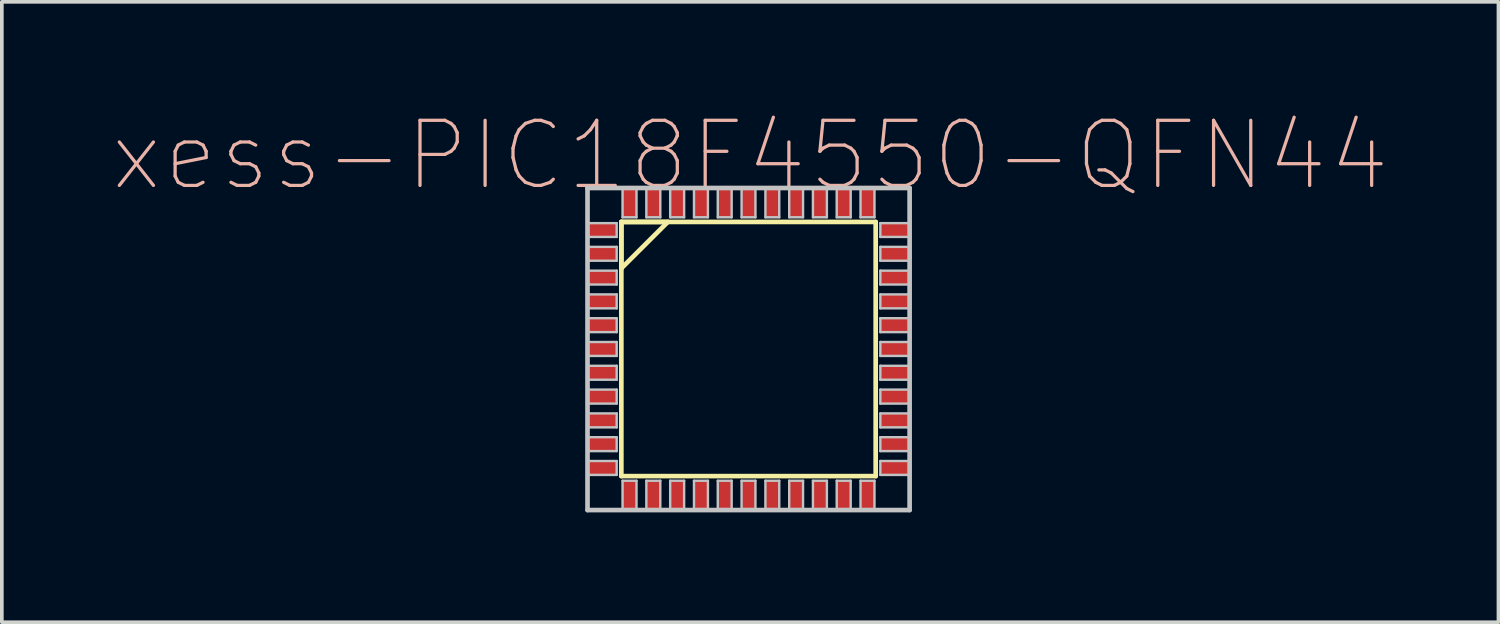
<source format=kicad_pcb>
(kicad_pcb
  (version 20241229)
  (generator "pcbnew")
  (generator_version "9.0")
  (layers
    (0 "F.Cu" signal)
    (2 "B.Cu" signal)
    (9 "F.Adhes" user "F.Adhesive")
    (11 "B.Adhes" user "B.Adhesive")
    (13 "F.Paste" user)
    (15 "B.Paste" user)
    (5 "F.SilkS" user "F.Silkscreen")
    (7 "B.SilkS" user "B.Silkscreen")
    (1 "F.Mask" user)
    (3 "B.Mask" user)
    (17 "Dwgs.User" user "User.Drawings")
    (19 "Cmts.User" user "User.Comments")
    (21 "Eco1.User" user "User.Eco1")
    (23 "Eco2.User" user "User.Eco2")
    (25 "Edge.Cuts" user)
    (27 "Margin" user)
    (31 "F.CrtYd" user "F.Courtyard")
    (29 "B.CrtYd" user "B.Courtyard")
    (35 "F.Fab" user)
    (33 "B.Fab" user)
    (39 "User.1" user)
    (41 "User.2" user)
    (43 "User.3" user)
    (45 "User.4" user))
  (footprint "xess-PIC18F4550-QFN44"
    (layer "F.Cu")
    (at 13.596 3.233)
    (property "Reference" "xess-PIC18F4550-QFN44" (at 3.843 -2.037 0) (layer "B.SilkS") (effects (font (size 1.778 1.778) (thickness 0.089))))
    (attr smd)
    (fp_line (start 0.325 -0.221) (end 0.325 1.046) (stroke (width 0.127) (type solid)) (layer "F.SilkS"))
    (fp_line (start 0.325 -0.221) (end 0.325 6.721) (stroke (width 0.127) (type solid)) (layer "F.SilkS"))
    (fp_line (start 0.325 1.046) (end 1.595 -0.221) (stroke (width 0.127) (type solid)) (layer "F.SilkS"))
    (fp_line (start 0.325 6.721) (end 7.272 6.721) (stroke (width 0.127) (type solid)) (layer "F.SilkS"))
    (fp_line (start 1.595 -0.221) (end 0.325 -0.221) (stroke (width 0.127) (type solid)) (layer "F.SilkS"))
    (fp_line (start 7.272 -0.221) (end 0.325 -0.221) (stroke (width 0.127) (type solid)) (layer "F.SilkS"))
    (fp_line (start 7.272 6.721) (end 7.272 -0.221) (stroke (width 0.127) (type solid)) (layer "F.SilkS"))
    (fp_line (start -0.599 -1.148) (end -0.599 7.648) (stroke (width 0.127) (type solid)) (layer "Dwgs.User"))
    (fp_line (start -0.599 -0.188) (end 0.198 -0.188) (stroke (width 0.066) (type solid)) (layer "Dwgs.User"))
    (fp_line (start -0.599 0.188) (end -0.599 -0.188) (stroke (width 0.066) (type solid)) (layer "Dwgs.User"))
    (fp_line (start -0.599 0.188) (end 0.198 0.188) (stroke (width 0.066) (type solid)) (layer "Dwgs.User"))
    (fp_line (start -0.599 0.46) (end 0.198 0.46) (stroke (width 0.066) (type solid)) (layer "Dwgs.User"))
    (fp_line (start -0.599 0.838) (end -0.599 0.46) (stroke (width 0.066) (type solid)) (layer "Dwgs.User"))
    (fp_line (start -0.599 0.838) (end 0.198 0.838) (stroke (width 0.066) (type solid)) (layer "Dwgs.User"))
    (fp_line (start -0.599 1.11) (end 0.198 1.11) (stroke (width 0.066) (type solid)) (layer "Dwgs.User"))
    (fp_line (start -0.599 1.488) (end -0.599 1.11) (stroke (width 0.066) (type solid)) (layer "Dwgs.User"))
    (fp_line (start -0.599 1.488) (end 0.198 1.488) (stroke (width 0.066) (type solid)) (layer "Dwgs.User"))
    (fp_line (start -0.599 1.758) (end 0.198 1.758) (stroke (width 0.066) (type solid)) (layer "Dwgs.User"))
    (fp_line (start -0.599 2.139) (end -0.599 1.758) (stroke (width 0.066) (type solid)) (layer "Dwgs.User"))
    (fp_line (start -0.599 2.139) (end 0.198 2.139) (stroke (width 0.066) (type solid)) (layer "Dwgs.User"))
    (fp_line (start -0.599 2.408) (end 0.198 2.408) (stroke (width 0.066) (type solid)) (layer "Dwgs.User"))
    (fp_line (start -0.599 2.789) (end -0.599 2.408) (stroke (width 0.066) (type solid)) (layer "Dwgs.User"))
    (fp_line (start -0.599 2.789) (end 0.198 2.789) (stroke (width 0.066) (type solid)) (layer "Dwgs.User"))
    (fp_line (start -0.599 3.058) (end 0.198 3.058) (stroke (width 0.066) (type solid)) (layer "Dwgs.User"))
    (fp_line (start -0.599 3.439) (end -0.599 3.058) (stroke (width 0.066) (type solid)) (layer "Dwgs.User"))
    (fp_line (start -0.599 3.439) (end 0.198 3.439) (stroke (width 0.066) (type solid)) (layer "Dwgs.User"))
    (fp_line (start -0.599 3.708) (end 0.198 3.708) (stroke (width 0.066) (type solid)) (layer "Dwgs.User"))
    (fp_line (start -0.599 4.089) (end -0.599 3.708) (stroke (width 0.066) (type solid)) (layer "Dwgs.User"))
    (fp_line (start -0.599 4.089) (end 0.198 4.089) (stroke (width 0.066) (type solid)) (layer "Dwgs.User"))
    (fp_line (start -0.599 4.359) (end 0.198 4.359) (stroke (width 0.066) (type solid)) (layer "Dwgs.User"))
    (fp_line (start -0.599 4.74) (end -0.599 4.359) (stroke (width 0.066) (type solid)) (layer "Dwgs.User"))
    (fp_line (start -0.599 4.74) (end 0.198 4.74) (stroke (width 0.066) (type solid)) (layer "Dwgs.User"))
    (fp_line (start -0.599 5.009) (end 0.198 5.009) (stroke (width 0.066) (type solid)) (layer "Dwgs.User"))
    (fp_line (start -0.599 5.39) (end -0.599 5.009) (stroke (width 0.066) (type solid)) (layer "Dwgs.User"))
    (fp_line (start -0.599 5.39) (end 0.198 5.39) (stroke (width 0.066) (type solid)) (layer "Dwgs.User"))
    (fp_line (start -0.599 5.659) (end 0.198 5.659) (stroke (width 0.066) (type solid)) (layer "Dwgs.User"))
    (fp_line (start -0.599 6.038) (end -0.599 5.659) (stroke (width 0.066) (type solid)) (layer "Dwgs.User"))
    (fp_line (start -0.599 6.038) (end 0.198 6.038) (stroke (width 0.066) (type solid)) (layer "Dwgs.User"))
    (fp_line (start -0.599 6.309) (end 0.198 6.309) (stroke (width 0.066) (type solid)) (layer "Dwgs.User"))
    (fp_line (start -0.599 6.688) (end -0.599 6.309) (stroke (width 0.066) (type solid)) (layer "Dwgs.User"))
    (fp_line (start -0.599 6.688) (end 0.198 6.688) (stroke (width 0.066) (type solid)) (layer "Dwgs.User"))
    (fp_line (start -0.599 7.648) (end 8.199 7.648) (stroke (width 0.127) (type solid)) (layer "Dwgs.User"))
    (fp_line (start 0.198 0.188) (end 0.198 -0.188) (stroke (width 0.066) (type solid)) (layer "Dwgs.User"))
    (fp_line (start 0.198 0.838) (end 0.198 0.46) (stroke (width 0.066) (type solid)) (layer "Dwgs.User"))
    (fp_line (start 0.198 1.488) (end 0.198 1.11) (stroke (width 0.066) (type solid)) (layer "Dwgs.User"))
    (fp_line (start 0.198 2.139) (end 0.198 1.758) (stroke (width 0.066) (type solid)) (layer "Dwgs.User"))
    (fp_line (start 0.198 2.789) (end 0.198 2.408) (stroke (width 0.066) (type solid)) (layer "Dwgs.User"))
    (fp_line (start 0.198 3.439) (end 0.198 3.058) (stroke (width 0.066) (type solid)) (layer "Dwgs.User"))
    (fp_line (start 0.198 4.089) (end 0.198 3.708) (stroke (width 0.066) (type solid)) (layer "Dwgs.User"))
    (fp_line (start 0.198 4.74) (end 0.198 4.359) (stroke (width 0.066) (type solid)) (layer "Dwgs.User"))
    (fp_line (start 0.198 5.39) (end 0.198 5.009) (stroke (width 0.066) (type solid)) (layer "Dwgs.User"))
    (fp_line (start 0.198 6.038) (end 0.198 5.659) (stroke (width 0.066) (type solid)) (layer "Dwgs.User"))
    (fp_line (start 0.198 6.688) (end 0.198 6.309) (stroke (width 0.066) (type solid)) (layer "Dwgs.User"))
    (fp_line (start 0.358 -1.148) (end 0.739 -1.148) (stroke (width 0.066) (type solid)) (layer "Dwgs.User"))
    (fp_line (start 0.358 -0.348) (end 0.358 -1.148) (stroke (width 0.066) (type solid)) (layer "Dwgs.User"))
    (fp_line (start 0.358 -0.348) (end 0.739 -0.348) (stroke (width 0.066) (type solid)) (layer "Dwgs.User"))
    (fp_line (start 0.358 6.848) (end 0.739 6.848) (stroke (width 0.066) (type solid)) (layer "Dwgs.User"))
    (fp_line (start 0.358 7.648) (end 0.358 6.848) (stroke (width 0.066) (type solid)) (layer "Dwgs.User"))
    (fp_line (start 0.358 7.648) (end 0.739 7.648) (stroke (width 0.066) (type solid)) (layer "Dwgs.User"))
    (fp_line (start 0.739 -0.348) (end 0.739 -1.148) (stroke (width 0.066) (type solid)) (layer "Dwgs.User"))
    (fp_line (start 0.739 7.648) (end 0.739 6.848) (stroke (width 0.066) (type solid)) (layer "Dwgs.User"))
    (fp_line (start 1.008 -1.148) (end 1.389 -1.148) (stroke (width 0.066) (type solid)) (layer "Dwgs.User"))
    (fp_line (start 1.008 -0.348) (end 1.008 -1.148) (stroke (width 0.066) (type solid)) (layer "Dwgs.User"))
    (fp_line (start 1.008 -0.348) (end 1.389 -0.348) (stroke (width 0.066) (type solid)) (layer "Dwgs.User"))
    (fp_line (start 1.008 6.848) (end 1.389 6.848) (stroke (width 0.066) (type solid)) (layer "Dwgs.User"))
    (fp_line (start 1.008 7.648) (end 1.008 6.848) (stroke (width 0.066) (type solid)) (layer "Dwgs.User"))
    (fp_line (start 1.008 7.648) (end 1.389 7.648) (stroke (width 0.066) (type solid)) (layer "Dwgs.User"))
    (fp_line (start 1.389 -0.348) (end 1.389 -1.148) (stroke (width 0.066) (type solid)) (layer "Dwgs.User"))
    (fp_line (start 1.389 7.648) (end 1.389 6.848) (stroke (width 0.066) (type solid)) (layer "Dwgs.User"))
    (fp_line (start 1.659 -1.148) (end 2.04 -1.148) (stroke (width 0.066) (type solid)) (layer "Dwgs.User"))
    (fp_line (start 1.659 -0.348) (end 1.659 -1.148) (stroke (width 0.066) (type solid)) (layer "Dwgs.User"))
    (fp_line (start 1.659 -0.348) (end 2.04 -0.348) (stroke (width 0.066) (type solid)) (layer "Dwgs.User"))
    (fp_line (start 1.659 6.848) (end 2.04 6.848) (stroke (width 0.066) (type solid)) (layer "Dwgs.User"))
    (fp_line (start 1.659 7.648) (end 1.659 6.848) (stroke (width 0.066) (type solid)) (layer "Dwgs.User"))
    (fp_line (start 1.659 7.648) (end 2.04 7.648) (stroke (width 0.066) (type solid)) (layer "Dwgs.User"))
    (fp_line (start 2.04 -0.348) (end 2.04 -1.148) (stroke (width 0.066) (type solid)) (layer "Dwgs.User"))
    (fp_line (start 2.04 7.648) (end 2.04 6.848) (stroke (width 0.066) (type solid)) (layer "Dwgs.User"))
    (fp_line (start 2.309 -1.148) (end 2.69 -1.148) (stroke (width 0.066) (type solid)) (layer "Dwgs.User"))
    (fp_line (start 2.309 -0.348) (end 2.309 -1.148) (stroke (width 0.066) (type solid)) (layer "Dwgs.User"))
    (fp_line (start 2.309 -0.348) (end 2.69 -0.348) (stroke (width 0.066) (type solid)) (layer "Dwgs.User"))
    (fp_line (start 2.309 6.848) (end 2.69 6.848) (stroke (width 0.066) (type solid)) (layer "Dwgs.User"))
    (fp_line (start 2.309 7.648) (end 2.309 6.848) (stroke (width 0.066) (type solid)) (layer "Dwgs.User"))
    (fp_line (start 2.309 7.648) (end 2.69 7.648) (stroke (width 0.066) (type solid)) (layer "Dwgs.User"))
    (fp_line (start 2.69 -0.348) (end 2.69 -1.148) (stroke (width 0.066) (type solid)) (layer "Dwgs.User"))
    (fp_line (start 2.69 7.648) (end 2.69 6.848) (stroke (width 0.066) (type solid)) (layer "Dwgs.User"))
    (fp_line (start 2.959 -1.148) (end 3.338 -1.148) (stroke (width 0.066) (type solid)) (layer "Dwgs.User"))
    (fp_line (start 2.959 -0.348) (end 2.959 -1.148) (stroke (width 0.066) (type solid)) (layer "Dwgs.User"))
    (fp_line (start 2.959 -0.348) (end 3.338 -0.348) (stroke (width 0.066) (type solid)) (layer "Dwgs.User"))
    (fp_line (start 2.959 6.848) (end 3.338 6.848) (stroke (width 0.066) (type solid)) (layer "Dwgs.User"))
    (fp_line (start 2.959 7.648) (end 2.959 6.848) (stroke (width 0.066) (type solid)) (layer "Dwgs.User"))
    (fp_line (start 2.959 7.648) (end 3.338 7.648) (stroke (width 0.066) (type solid)) (layer "Dwgs.User"))
    (fp_line (start 3.338 -0.348) (end 3.338 -1.148) (stroke (width 0.066) (type solid)) (layer "Dwgs.User"))
    (fp_line (start 3.338 7.648) (end 3.338 6.848) (stroke (width 0.066) (type solid)) (layer "Dwgs.User"))
    (fp_line (start 3.609 -1.148) (end 3.988 -1.148) (stroke (width 0.066) (type solid)) (layer "Dwgs.User"))
    (fp_line (start 3.609 -0.348) (end 3.609 -1.148) (stroke (width 0.066) (type solid)) (layer "Dwgs.User"))
    (fp_line (start 3.609 -0.348) (end 3.988 -0.348) (stroke (width 0.066) (type solid)) (layer "Dwgs.User"))
    (fp_line (start 3.609 6.848) (end 3.988 6.848) (stroke (width 0.066) (type solid)) (layer "Dwgs.User"))
    (fp_line (start 3.609 7.648) (end 3.609 6.848) (stroke (width 0.066) (type solid)) (layer "Dwgs.User"))
    (fp_line (start 3.609 7.648) (end 3.988 7.648) (stroke (width 0.066) (type solid)) (layer "Dwgs.User"))
    (fp_line (start 3.988 -0.348) (end 3.988 -1.148) (stroke (width 0.066) (type solid)) (layer "Dwgs.User"))
    (fp_line (start 3.988 7.648) (end 3.988 6.848) (stroke (width 0.066) (type solid)) (layer "Dwgs.User"))
    (fp_line (start 4.26 -1.148) (end 4.638 -1.148) (stroke (width 0.066) (type solid)) (layer "Dwgs.User"))
    (fp_line (start 4.26 -0.348) (end 4.26 -1.148) (stroke (width 0.066) (type solid)) (layer "Dwgs.User"))
    (fp_line (start 4.26 -0.348) (end 4.638 -0.348) (stroke (width 0.066) (type solid)) (layer "Dwgs.User"))
    (fp_line (start 4.26 6.848) (end 4.638 6.848) (stroke (width 0.066) (type solid)) (layer "Dwgs.User"))
    (fp_line (start 4.26 7.648) (end 4.26 6.848) (stroke (width 0.066) (type solid)) (layer "Dwgs.User"))
    (fp_line (start 4.26 7.648) (end 4.638 7.648) (stroke (width 0.066) (type solid)) (layer "Dwgs.User"))
    (fp_line (start 4.638 -0.348) (end 4.638 -1.148) (stroke (width 0.066) (type solid)) (layer "Dwgs.User"))
    (fp_line (start 4.638 7.648) (end 4.638 6.848) (stroke (width 0.066) (type solid)) (layer "Dwgs.User"))
    (fp_line (start 4.91 -1.148) (end 5.288 -1.148) (stroke (width 0.066) (type solid)) (layer "Dwgs.User"))
    (fp_line (start 4.91 -0.348) (end 4.91 -1.148) (stroke (width 0.066) (type solid)) (layer "Dwgs.User"))
    (fp_line (start 4.91 -0.348) (end 5.288 -0.348) (stroke (width 0.066) (type solid)) (layer "Dwgs.User"))
    (fp_line (start 4.91 6.848) (end 5.288 6.848) (stroke (width 0.066) (type solid)) (layer "Dwgs.User"))
    (fp_line (start 4.91 7.648) (end 4.91 6.848) (stroke (width 0.066) (type solid)) (layer "Dwgs.User"))
    (fp_line (start 4.91 7.648) (end 5.288 7.648) (stroke (width 0.066) (type solid)) (layer "Dwgs.User"))
    (fp_line (start 5.288 -0.348) (end 5.288 -1.148) (stroke (width 0.066) (type solid)) (layer "Dwgs.User"))
    (fp_line (start 5.288 7.648) (end 5.288 6.848) (stroke (width 0.066) (type solid)) (layer "Dwgs.User"))
    (fp_line (start 5.558 -1.148) (end 5.939 -1.148) (stroke (width 0.066) (type solid)) (layer "Dwgs.User"))
    (fp_line (start 5.558 -0.348) (end 5.558 -1.148) (stroke (width 0.066) (type solid)) (layer "Dwgs.User"))
    (fp_line (start 5.558 -0.348) (end 5.939 -0.348) (stroke (width 0.066) (type solid)) (layer "Dwgs.User"))
    (fp_line (start 5.558 6.848) (end 5.939 6.848) (stroke (width 0.066) (type solid)) (layer "Dwgs.User"))
    (fp_line (start 5.558 7.648) (end 5.558 6.848) (stroke (width 0.066) (type solid)) (layer "Dwgs.User"))
    (fp_line (start 5.558 7.648) (end 5.939 7.648) (stroke (width 0.066) (type solid)) (layer "Dwgs.User"))
    (fp_line (start 5.939 -0.348) (end 5.939 -1.148) (stroke (width 0.066) (type solid)) (layer "Dwgs.User"))
    (fp_line (start 5.939 7.648) (end 5.939 6.848) (stroke (width 0.066) (type solid)) (layer "Dwgs.User"))
    (fp_line (start 6.208 -1.148) (end 6.589 -1.148) (stroke (width 0.066) (type solid)) (layer "Dwgs.User"))
    (fp_line (start 6.208 -0.348) (end 6.208 -1.148) (stroke (width 0.066) (type solid)) (layer "Dwgs.User"))
    (fp_line (start 6.208 -0.348) (end 6.589 -0.348) (stroke (width 0.066) (type solid)) (layer "Dwgs.User"))
    (fp_line (start 6.208 6.848) (end 6.589 6.848) (stroke (width 0.066) (type solid)) (layer "Dwgs.User"))
    (fp_line (start 6.208 7.648) (end 6.208 6.848) (stroke (width 0.066) (type solid)) (layer "Dwgs.User"))
    (fp_line (start 6.208 7.648) (end 6.589 7.648) (stroke (width 0.066) (type solid)) (layer "Dwgs.User"))
    (fp_line (start 6.589 -0.348) (end 6.589 -1.148) (stroke (width 0.066) (type solid)) (layer "Dwgs.User"))
    (fp_line (start 6.589 7.648) (end 6.589 6.848) (stroke (width 0.066) (type solid)) (layer "Dwgs.User"))
    (fp_line (start 6.858 -1.148) (end 7.239 -1.148) (stroke (width 0.066) (type solid)) (layer "Dwgs.User"))
    (fp_line (start 6.858 -0.348) (end 6.858 -1.148) (stroke (width 0.066) (type solid)) (layer "Dwgs.User"))
    (fp_line (start 6.858 -0.348) (end 7.239 -0.348) (stroke (width 0.066) (type solid)) (layer "Dwgs.User"))
    (fp_line (start 6.858 6.848) (end 7.239 6.848) (stroke (width 0.066) (type solid)) (layer "Dwgs.User"))
    (fp_line (start 6.858 7.648) (end 6.858 6.848) (stroke (width 0.066) (type solid)) (layer "Dwgs.User"))
    (fp_line (start 6.858 7.648) (end 7.239 7.648) (stroke (width 0.066) (type solid)) (layer "Dwgs.User"))
    (fp_line (start 7.239 -0.348) (end 7.239 -1.148) (stroke (width 0.066) (type solid)) (layer "Dwgs.User"))
    (fp_line (start 7.239 7.648) (end 7.239 6.848) (stroke (width 0.066) (type solid)) (layer "Dwgs.User"))
    (fp_line (start 7.399 -0.188) (end 8.199 -0.188) (stroke (width 0.066) (type solid)) (layer "Dwgs.User"))
    (fp_line (start 7.399 0.188) (end 7.399 -0.188) (stroke (width 0.066) (type solid)) (layer "Dwgs.User"))
    (fp_line (start 7.399 0.188) (end 8.199 0.188) (stroke (width 0.066) (type solid)) (layer "Dwgs.User"))
    (fp_line (start 7.399 0.46) (end 8.199 0.46) (stroke (width 0.066) (type solid)) (layer "Dwgs.User"))
    (fp_line (start 7.399 0.838) (end 7.399 0.46) (stroke (width 0.066) (type solid)) (layer "Dwgs.User"))
    (fp_line (start 7.399 0.838) (end 8.199 0.838) (stroke (width 0.066) (type solid)) (layer "Dwgs.User"))
    (fp_line (start 7.399 1.11) (end 8.199 1.11) (stroke (width 0.066) (type solid)) (layer "Dwgs.User"))
    (fp_line (start 7.399 1.488) (end 7.399 1.11) (stroke (width 0.066) (type solid)) (layer "Dwgs.User"))
    (fp_line (start 7.399 1.488) (end 8.199 1.488) (stroke (width 0.066) (type solid)) (layer "Dwgs.User"))
    (fp_line (start 7.399 1.758) (end 8.199 1.758) (stroke (width 0.066) (type solid)) (layer "Dwgs.User"))
    (fp_line (start 7.399 2.139) (end 7.399 1.758) (stroke (width 0.066) (type solid)) (layer "Dwgs.User"))
    (fp_line (start 7.399 2.139) (end 8.199 2.139) (stroke (width 0.066) (type solid)) (layer "Dwgs.User"))
    (fp_line (start 7.399 2.408) (end 8.199 2.408) (stroke (width 0.066) (type solid)) (layer "Dwgs.User"))
    (fp_line (start 7.399 2.789) (end 7.399 2.408) (stroke (width 0.066) (type solid)) (layer "Dwgs.User"))
    (fp_line (start 7.399 2.789) (end 8.199 2.789) (stroke (width 0.066) (type solid)) (layer "Dwgs.User"))
    (fp_line (start 7.399 3.058) (end 8.199 3.058) (stroke (width 0.066) (type solid)) (layer "Dwgs.User"))
    (fp_line (start 7.399 3.439) (end 7.399 3.058) (stroke (width 0.066) (type solid)) (layer "Dwgs.User"))
    (fp_line (start 7.399 3.439) (end 8.199 3.439) (stroke (width 0.066) (type solid)) (layer "Dwgs.User"))
    (fp_line (start 7.399 3.708) (end 8.199 3.708) (stroke (width 0.066) (type solid)) (layer "Dwgs.User"))
    (fp_line (start 7.399 4.089) (end 7.399 3.708) (stroke (width 0.066) (type solid)) (layer "Dwgs.User"))
    (fp_line (start 7.399 4.089) (end 8.199 4.089) (stroke (width 0.066) (type solid)) (layer "Dwgs.User"))
    (fp_line (start 7.399 4.359) (end 8.199 4.359) (stroke (width 0.066) (type solid)) (layer "Dwgs.User"))
    (fp_line (start 7.399 4.74) (end 7.399 4.359) (stroke (width 0.066) (type solid)) (layer "Dwgs.User"))
    (fp_line (start 7.399 4.74) (end 8.199 4.74) (stroke (width 0.066) (type solid)) (layer "Dwgs.User"))
    (fp_line (start 7.399 5.009) (end 8.199 5.009) (stroke (width 0.066) (type solid)) (layer "Dwgs.User"))
    (fp_line (start 7.399 5.39) (end 7.399 5.009) (stroke (width 0.066) (type solid)) (layer "Dwgs.User"))
    (fp_line (start 7.399 5.39) (end 8.199 5.39) (stroke (width 0.066) (type solid)) (layer "Dwgs.User"))
    (fp_line (start 7.399 5.659) (end 8.199 5.659) (stroke (width 0.066) (type solid)) (layer "Dwgs.User"))
    (fp_line (start 7.399 6.038) (end 7.399 5.659) (stroke (width 0.066) (type solid)) (layer "Dwgs.User"))
    (fp_line (start 7.399 6.038) (end 8.199 6.038) (stroke (width 0.066) (type solid)) (layer "Dwgs.User"))
    (fp_line (start 7.399 6.309) (end 8.199 6.309) (stroke (width 0.066) (type solid)) (layer "Dwgs.User"))
    (fp_line (start 7.399 6.688) (end 7.399 6.309) (stroke (width 0.066) (type solid)) (layer "Dwgs.User"))
    (fp_line (start 7.399 6.688) (end 8.199 6.688) (stroke (width 0.066) (type solid)) (layer "Dwgs.User"))
    (fp_line (start 8.199 -1.148) (end -0.599 -1.148) (stroke (width 0.127) (type solid)) (layer "Dwgs.User"))
    (fp_line (start 8.199 0.188) (end 8.199 -0.188) (stroke (width 0.066) (type solid)) (layer "Dwgs.User"))
    (fp_line (start 8.199 0.838) (end 8.199 0.46) (stroke (width 0.066) (type solid)) (layer "Dwgs.User"))
    (fp_line (start 8.199 1.488) (end 8.199 1.11) (stroke (width 0.066) (type solid)) (layer "Dwgs.User"))
    (fp_line (start 8.199 2.139) (end 8.199 1.758) (stroke (width 0.066) (type solid)) (layer "Dwgs.User"))
    (fp_line (start 8.199 2.789) (end 8.199 2.408) (stroke (width 0.066) (type solid)) (layer "Dwgs.User"))
    (fp_line (start 8.199 3.439) (end 8.199 3.058) (stroke (width 0.066) (type solid)) (layer "Dwgs.User"))
    (fp_line (start 8.199 4.089) (end 8.199 3.708) (stroke (width 0.066) (type solid)) (layer "Dwgs.User"))
    (fp_line (start 8.199 4.74) (end 8.199 4.359) (stroke (width 0.066) (type solid)) (layer "Dwgs.User"))
    (fp_line (start 8.199 5.39) (end 8.199 5.009) (stroke (width 0.066) (type solid)) (layer "Dwgs.User"))
    (fp_line (start 8.199 6.038) (end 8.199 5.659) (stroke (width 0.066) (type solid)) (layer "Dwgs.User"))
    (fp_line (start 8.199 6.688) (end 8.199 6.309) (stroke (width 0.066) (type solid)) (layer "Dwgs.User"))
    (fp_line (start 8.199 7.648) (end 8.199 -1.148) (stroke (width 0.127) (type solid)) (layer "Dwgs.User"))
    (pad "1" smd rect (at -0.198 0) (size 0.798 0.378) (layers "F.Cu" "F.Mask" "F.Paste"))
    (pad "2" smd rect (at -0.198 0.648) (size 0.798 0.378) (layers "F.Cu" "F.Mask" "F.Paste"))
    (pad "3" smd rect (at -0.198 1.298) (size 0.798 0.378) (layers "F.Cu" "F.Mask" "F.Paste"))
    (pad "4" smd rect (at -0.198 1.948) (size 0.798 0.378) (layers "F.Cu" "F.Mask" "F.Paste"))
    (pad "5" smd rect (at -0.198 2.598) (size 0.798 0.378) (layers "F.Cu" "F.Mask" "F.Paste"))
    (pad "6" smd rect (at -0.198 3.249) (size 0.798 0.378) (layers "F.Cu" "F.Mask" "F.Paste"))
    (pad "7" smd rect (at -0.198 3.899) (size 0.798 0.378) (layers "F.Cu" "F.Mask" "F.Paste"))
    (pad "8" smd rect (at -0.198 4.549) (size 0.798 0.378) (layers "F.Cu" "F.Mask" "F.Paste"))
    (pad "9" smd rect (at -0.198 5.199) (size 0.798 0.378) (layers "F.Cu" "F.Mask" "F.Paste"))
    (pad "10" smd rect (at -0.198 5.85) (size 0.798 0.378) (layers "F.Cu" "F.Mask" "F.Paste"))
    (pad "11" smd rect (at -0.198 6.5) (size 0.798 0.378) (layers "F.Cu" "F.Mask" "F.Paste"))
    (pad "12" smd rect (at 0.549 7.249) (size 0.378 0.798) (layers "F.Cu" "F.Mask" "F.Paste"))
    (pad "13" smd rect (at 1.199 7.249) (size 0.378 0.798) (layers "F.Cu" "F.Mask" "F.Paste"))
    (pad "14" smd rect (at 1.849 7.249) (size 0.378 0.798) (layers "F.Cu" "F.Mask" "F.Paste"))
    (pad "15" smd rect (at 2.499 7.249) (size 0.378 0.798) (layers "F.Cu" "F.Mask" "F.Paste"))
    (pad "16" smd rect (at 3.15 7.249) (size 0.378 0.798) (layers "F.Cu" "F.Mask" "F.Paste"))
    (pad "17" smd rect (at 3.8 7.249) (size 0.378 0.798) (layers "F.Cu" "F.Mask" "F.Paste"))
    (pad "18" smd rect (at 4.448 7.249) (size 0.378 0.798) (layers "F.Cu" "F.Mask" "F.Paste"))
    (pad "19" smd rect (at 5.098 7.249) (size 0.378 0.798) (layers "F.Cu" "F.Mask" "F.Paste"))
    (pad "20" smd rect (at 5.748 7.249) (size 0.378 0.798) (layers "F.Cu" "F.Mask" "F.Paste"))
    (pad "21" smd rect (at 6.398 7.249) (size 0.378 0.798) (layers "F.Cu" "F.Mask" "F.Paste"))
    (pad "22" smd rect (at 7.048 7.249) (size 0.378 0.798) (layers "F.Cu" "F.Mask" "F.Paste"))
    (pad "23" smd rect (at 7.798 6.5) (size 0.798 0.378) (layers "F.Cu" "F.Mask" "F.Paste"))
    (pad "24" smd rect (at 7.798 5.85) (size 0.798 0.378) (layers "F.Cu" "F.Mask" "F.Paste"))
    (pad "25" smd rect (at 7.798 5.199) (size 0.798 0.378) (layers "F.Cu" "F.Mask" "F.Paste"))
    (pad "26" smd rect (at 7.798 4.549) (size 0.798 0.378) (layers "F.Cu" "F.Mask" "F.Paste"))
    (pad "27" smd rect (at 7.798 3.899) (size 0.798 0.378) (layers "F.Cu" "F.Mask" "F.Paste"))
    (pad "28" smd rect (at 7.798 3.249) (size 0.798 0.378) (layers "F.Cu" "F.Mask" "F.Paste"))
    (pad "29" smd rect (at 7.798 2.598) (size 0.798 0.378) (layers "F.Cu" "F.Mask" "F.Paste"))
    (pad "30" smd rect (at 7.798 1.948) (size 0.798 0.378) (layers "F.Cu" "F.Mask" "F.Paste"))
    (pad "31" smd rect (at 7.798 1.298) (size 0.798 0.378) (layers "F.Cu" "F.Mask" "F.Paste"))
    (pad "32" smd rect (at 7.798 0.648) (size 0.798 0.378) (layers "F.Cu" "F.Mask" "F.Paste"))
    (pad "33" smd rect (at 7.798 0) (size 0.798 0.378) (layers "F.Cu" "F.Mask" "F.Paste"))
    (pad "34" smd rect (at 7.048 -0.749) (size 0.378 0.798) (layers "F.Cu" "F.Mask" "F.Paste"))
    (pad "35" smd rect (at 6.398 -0.749) (size 0.378 0.798) (layers "F.Cu" "F.Mask" "F.Paste"))
    (pad "36" smd rect (at 5.748 -0.749) (size 0.378 0.798) (layers "F.Cu" "F.Mask" "F.Paste"))
    (pad "37" smd rect (at 5.098 -0.749) (size 0.378 0.798) (layers "F.Cu" "F.Mask" "F.Paste"))
    (pad "38" smd rect (at 4.448 -0.749) (size 0.378 0.798) (layers "F.Cu" "F.Mask" "F.Paste"))
    (pad "39" smd rect (at 3.8 -0.749) (size 0.378 0.798) (layers "F.Cu" "F.Mask" "F.Paste"))
    (pad "40" smd rect (at 3.15 -0.749) (size 0.378 0.798) (layers "F.Cu" "F.Mask" "F.Paste"))
    (pad "41" smd rect (at 2.499 -0.749) (size 0.378 0.798) (layers "F.Cu" "F.Mask" "F.Paste"))
    (pad "42" smd rect (at 1.849 -0.749) (size 0.378 0.798) (layers "F.Cu" "F.Mask" "F.Paste"))
    (pad "43" smd rect (at 1.199 -0.749) (size 0.378 0.798) (layers "F.Cu" "F.Mask" "F.Paste"))
    (pad "44" smd rect (at 0.549 -0.749) (size 0.378 0.798) (layers "F.Cu" "F.Mask" "F.Paste")))
  (gr_rect
    (start -3 -3)
    (end 37.878 13.945)
    (stroke (width 0.1) (type default))
    (fill no)
    (layer "Edge.Cuts")))
</source>
